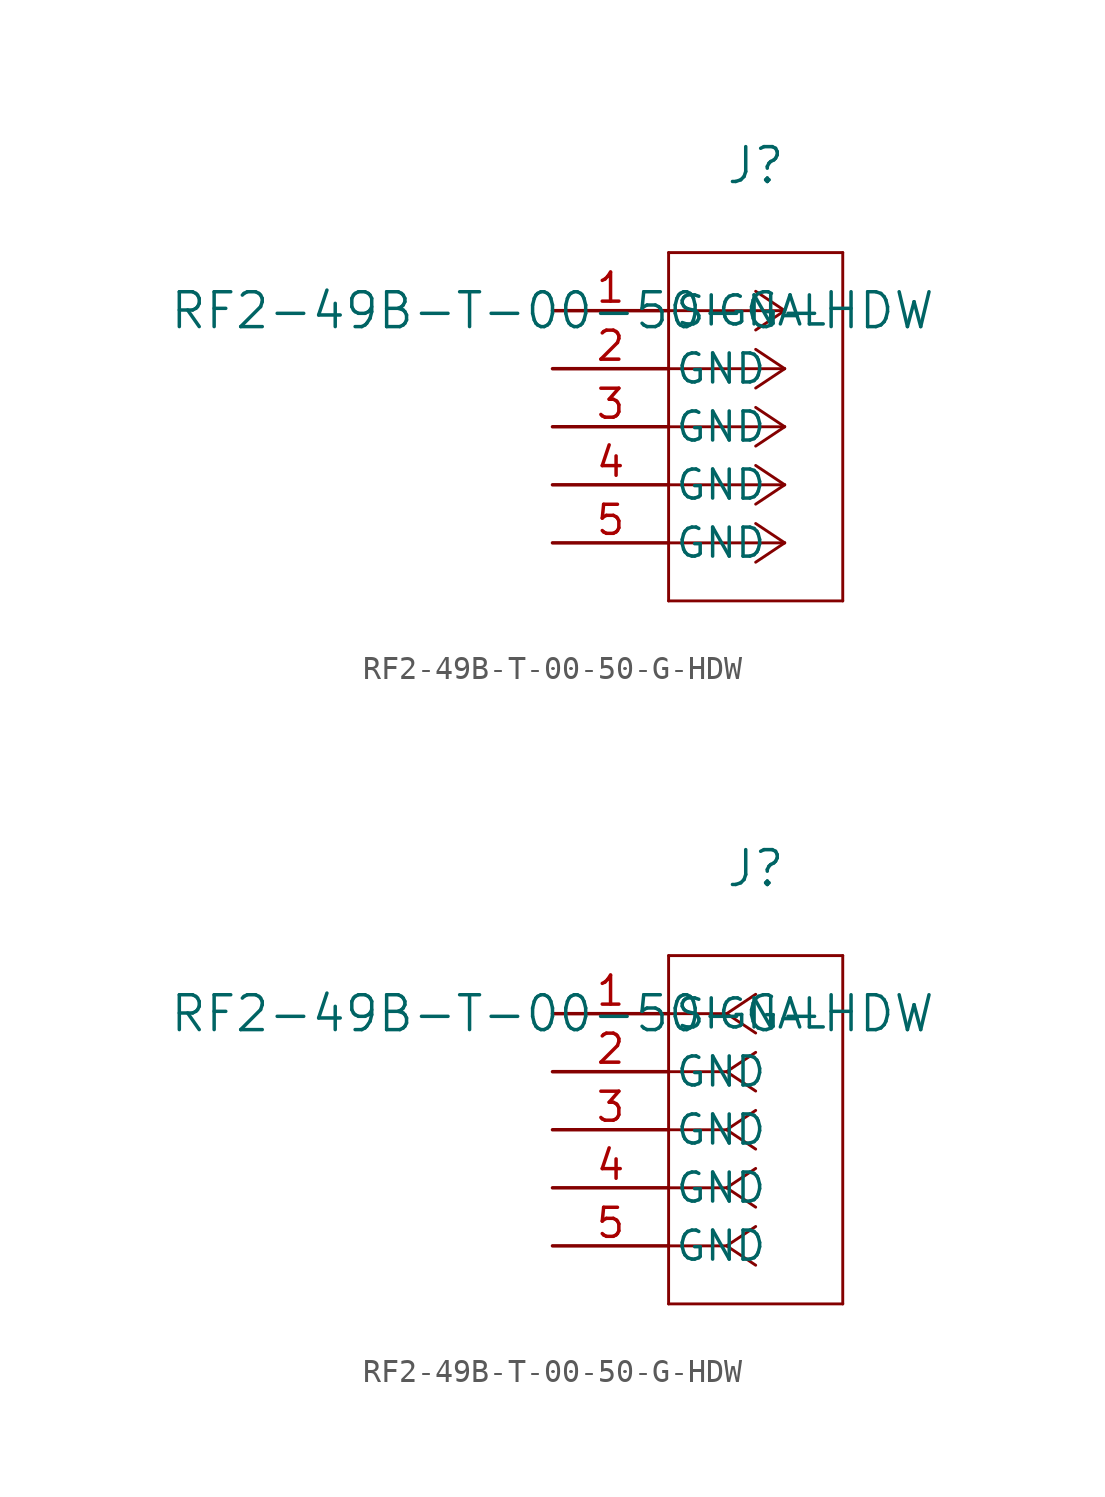
<source format=kicad_sym>
(kicad_symbol_lib
  (version 20211014)
  (generator kicad_symbol_editor)
  (symbol "RF2-49B-T-00-50-G-HDW"
    (pin_names
      (offset 0.254))
    (property "Reference" "J"
      (at 8.89 6.35 0)
      (effects (font (size 1.524 1.524))))
    (property "Value" "RF2-49B-T-00-50-G-HDW"
      (at 0 0 0)
      (effects (font (size 1.524 1.524))))
    (symbol "RF2-49B-T-00-50-G-HDW_1_1"
      (polyline (pts (xy 10.16 0) (xy 5.08 0)) (stroke (width 0.127) (type default) (color 0 0 0 0)) (fill (type none)))
      (polyline (pts (xy 10.16 -2.54) (xy 5.08 -2.54)) (stroke (width 0.127) (type default) (color 0 0 0 0)) (fill (type none)))
      (polyline (pts (xy 10.16 -5.08) (xy 5.08 -5.08)) (stroke (width 0.127) (type default) (color 0 0 0 0)) (fill (type none)))
      (polyline (pts (xy 10.16 -7.62) (xy 5.08 -7.62)) (stroke (width 0.127) (type default) (color 0 0 0 0)) (fill (type none)))
      (polyline (pts (xy 10.16 -10.16) (xy 5.08 -10.16)) (stroke (width 0.127) (type default) (color 0 0 0 0)) (fill (type none)))
      (polyline (pts (xy 10.16 0) (xy 8.89 0.847)) (stroke (width 0.127) (type default) (color 0 0 0 0)) (fill (type none)))
      (polyline (pts (xy 10.16 -2.54) (xy 8.89 -1.693)) (stroke (width 0.127) (type default) (color 0 0 0 0)) (fill (type none)))
      (polyline (pts (xy 10.16 -5.08) (xy 8.89 -4.233)) (stroke (width 0.127) (type default) (color 0 0 0 0)) (fill (type none)))
      (polyline (pts (xy 10.16 -7.62) (xy 8.89 -6.773)) (stroke (width 0.127) (type default) (color 0 0 0 0)) (fill (type none)))
      (polyline (pts (xy 10.16 -10.16) (xy 8.89 -9.313)) (stroke (width 0.127) (type default) (color 0 0 0 0)) (fill (type none)))
      (polyline (pts (xy 10.16 0) (xy 8.89 -0.847)) (stroke (width 0.127) (type default) (color 0 0 0 0)) (fill (type none)))
      (polyline (pts (xy 10.16 -2.54) (xy 8.89 -3.387)) (stroke (width 0.127) (type default) (color 0 0 0 0)) (fill (type none)))
      (polyline (pts (xy 10.16 -5.08) (xy 8.89 -5.927)) (stroke (width 0.127) (type default) (color 0 0 0 0)) (fill (type none)))
      (polyline (pts (xy 10.16 -7.62) (xy 8.89 -8.467)) (stroke (width 0.127) (type default) (color 0 0 0 0)) (fill (type none)))
      (polyline (pts (xy 10.16 -10.16) (xy 8.89 -11.007)) (stroke (width 0.127) (type default) (color 0 0 0 0)) (fill (type none)))
      (polyline (pts (xy 5.08 2.54) (xy 5.08 -12.7)) (stroke (width 0.127) (type default) (color 0 0 0 0)) (fill (type none)))
      (polyline (pts (xy 5.08 -12.7) (xy 12.7 -12.7)) (stroke (width 0.127) (type default) (color 0 0 0 0)) (fill (type none)))
      (polyline (pts (xy 12.7 -12.7) (xy 12.7 2.54)) (stroke (width 0.127) (type default) (color 0 0 0 0)) (fill (type none)))
      (polyline (pts (xy 12.7 2.54) (xy 5.08 2.54)) (stroke (width 0.127) (type default) (color 0 0 0 0)) (fill (type none)))
      (pin unspecified line (at 0 0 0) (length 5.08) (name "SIGNAL" (effects (font (size 1.27 1.27)))) (number "1" (effects (font (size 1.27 1.27)))))
      (pin unspecified line (at 0 -2.54 0) (length 5.08) (name "GND" (effects (font (size 1.27 1.27)))) (number "2" (effects (font (size 1.27 1.27)))))
      (pin unspecified line (at 0 -5.08 0) (length 5.08) (name "GND" (effects (font (size 1.27 1.27)))) (number "3" (effects (font (size 1.27 1.27)))))
      (pin unspecified line (at 0 -7.62 0) (length 5.08) (name "GND" (effects (font (size 1.27 1.27)))) (number "4" (effects (font (size 1.27 1.27)))))
      (pin unspecified line (at 0 -10.16 0) (length 5.08) (name "GND" (effects (font (size 1.27 1.27)))) (number "5" (effects (font (size 1.27 1.27))))))
    (symbol "RF2-49B-T-00-50-G-HDW_1_2"
      (polyline (pts (xy 7.62 0) (xy 5.08 0)) (stroke (width 0.127) (type default) (color 0 0 0 0)) (fill (type none)))
      (polyline (pts (xy 7.62 -2.54) (xy 5.08 -2.54)) (stroke (width 0.127) (type default) (color 0 0 0 0)) (fill (type none)))
      (polyline (pts (xy 7.62 -5.08) (xy 5.08 -5.08)) (stroke (width 0.127) (type default) (color 0 0 0 0)) (fill (type none)))
      (polyline (pts (xy 7.62 -7.62) (xy 5.08 -7.62)) (stroke (width 0.127) (type default) (color 0 0 0 0)) (fill (type none)))
      (polyline (pts (xy 7.62 -10.16) (xy 5.08 -10.16)) (stroke (width 0.127) (type default) (color 0 0 0 0)) (fill (type none)))
      (polyline (pts (xy 7.62 0) (xy 8.89 0.847)) (stroke (width 0.127) (type default) (color 0 0 0 0)) (fill (type none)))
      (polyline (pts (xy 7.62 -2.54) (xy 8.89 -1.693)) (stroke (width 0.127) (type default) (color 0 0 0 0)) (fill (type none)))
      (polyline (pts (xy 7.62 -5.08) (xy 8.89 -4.233)) (stroke (width 0.127) (type default) (color 0 0 0 0)) (fill (type none)))
      (polyline (pts (xy 7.62 -7.62) (xy 8.89 -6.773)) (stroke (width 0.127) (type default) (color 0 0 0 0)) (fill (type none)))
      (polyline (pts (xy 7.62 -10.16) (xy 8.89 -9.313)) (stroke (width 0.127) (type default) (color 0 0 0 0)) (fill (type none)))
      (polyline (pts (xy 7.62 0) (xy 8.89 -0.847)) (stroke (width 0.127) (type default) (color 0 0 0 0)) (fill (type none)))
      (polyline (pts (xy 7.62 -2.54) (xy 8.89 -3.387)) (stroke (width 0.127) (type default) (color 0 0 0 0)) (fill (type none)))
      (polyline (pts (xy 7.62 -5.08) (xy 8.89 -5.927)) (stroke (width 0.127) (type default) (color 0 0 0 0)) (fill (type none)))
      (polyline (pts (xy 7.62 -7.62) (xy 8.89 -8.467)) (stroke (width 0.127) (type default) (color 0 0 0 0)) (fill (type none)))
      (polyline (pts (xy 7.62 -10.16) (xy 8.89 -11.007)) (stroke (width 0.127) (type default) (color 0 0 0 0)) (fill (type none)))
      (polyline (pts (xy 5.08 2.54) (xy 5.08 -12.7)) (stroke (width 0.127) (type default) (color 0 0 0 0)) (fill (type none)))
      (polyline (pts (xy 5.08 -12.7) (xy 12.7 -12.7)) (stroke (width 0.127) (type default) (color 0 0 0 0)) (fill (type none)))
      (polyline (pts (xy 12.7 -12.7) (xy 12.7 2.54)) (stroke (width 0.127) (type default) (color 0 0 0 0)) (fill (type none)))
      (polyline (pts (xy 12.7 2.54) (xy 5.08 2.54)) (stroke (width 0.127) (type default) (color 0 0 0 0)) (fill (type none)))
      (pin unspecified line (at 0 0 0) (length 5.08) (name "SIGNAL" (effects (font (size 1.27 1.27)))) (number "1" (effects (font (size 1.27 1.27)))))
      (pin unspecified line (at 0 -2.54 0) (length 5.08) (name "GND" (effects (font (size 1.27 1.27)))) (number "2" (effects (font (size 1.27 1.27)))))
      (pin unspecified line (at 0 -5.08 0) (length 5.08) (name "GND" (effects (font (size 1.27 1.27)))) (number "3" (effects (font (size 1.27 1.27)))))
      (pin unspecified line (at 0 -7.62 0) (length 5.08) (name "GND" (effects (font (size 1.27 1.27)))) (number "4" (effects (font (size 1.27 1.27)))))
      (pin unspecified line (at 0 -10.16 0) (length 5.08) (name "GND" (effects (font (size 1.27 1.27)))) (number "5" (effects (font (size 1.27 1.27))))))))
</source>
